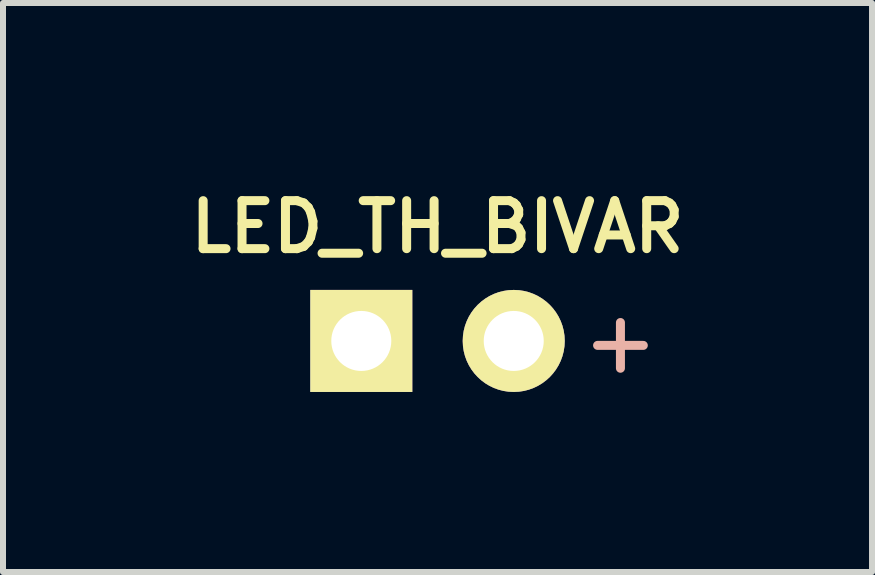
<source format=kicad_pcb>
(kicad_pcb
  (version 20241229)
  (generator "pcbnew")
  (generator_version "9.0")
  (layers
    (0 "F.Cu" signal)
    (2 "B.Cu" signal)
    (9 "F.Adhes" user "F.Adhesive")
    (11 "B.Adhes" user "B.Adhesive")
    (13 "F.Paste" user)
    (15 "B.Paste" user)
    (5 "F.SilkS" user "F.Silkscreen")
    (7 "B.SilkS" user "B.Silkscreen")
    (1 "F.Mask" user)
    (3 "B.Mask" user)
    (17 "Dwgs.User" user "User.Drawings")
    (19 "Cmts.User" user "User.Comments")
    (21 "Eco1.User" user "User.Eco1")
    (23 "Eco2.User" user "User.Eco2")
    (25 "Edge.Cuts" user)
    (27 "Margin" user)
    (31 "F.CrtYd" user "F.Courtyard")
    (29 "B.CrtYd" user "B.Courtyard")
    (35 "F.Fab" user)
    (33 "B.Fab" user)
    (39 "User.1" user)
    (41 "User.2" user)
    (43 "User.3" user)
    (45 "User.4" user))
  (footprint "LED_TH_BIVAR"
    (layer "F.Cu")
    (at 4.24 2.631)
    (property "Reference" "LED_TH_BIVAR" (at 0 -1.9 0) (layer "F.SilkS") (effects (font (size 0.8 0.8) (thickness 0.15))))
    (attr through_hole)
    (fp_text user "+" (at 3.048 0 0) (layer "B.SilkS") (effects (font (size 1 1) (thickness 0.15)) (justify mirror)))
    (pad "1" thru_hole rect (at -1.27 0) (size 1.7 1.7) (drill 1) (layers "*.Cu" "*.Mask" "F.SilkS"))
    (pad "2" thru_hole circle (at 1.27 0) (size 1.7 1.7) (drill 1) (layers "*.Cu" "*.Mask" "F.SilkS")))
  (gr_rect
    (start -3 -3)
    (end 11.48 6.481)
    (stroke (width 0.1) (type default))
    (fill no)
    (layer "Edge.Cuts")))
</source>
